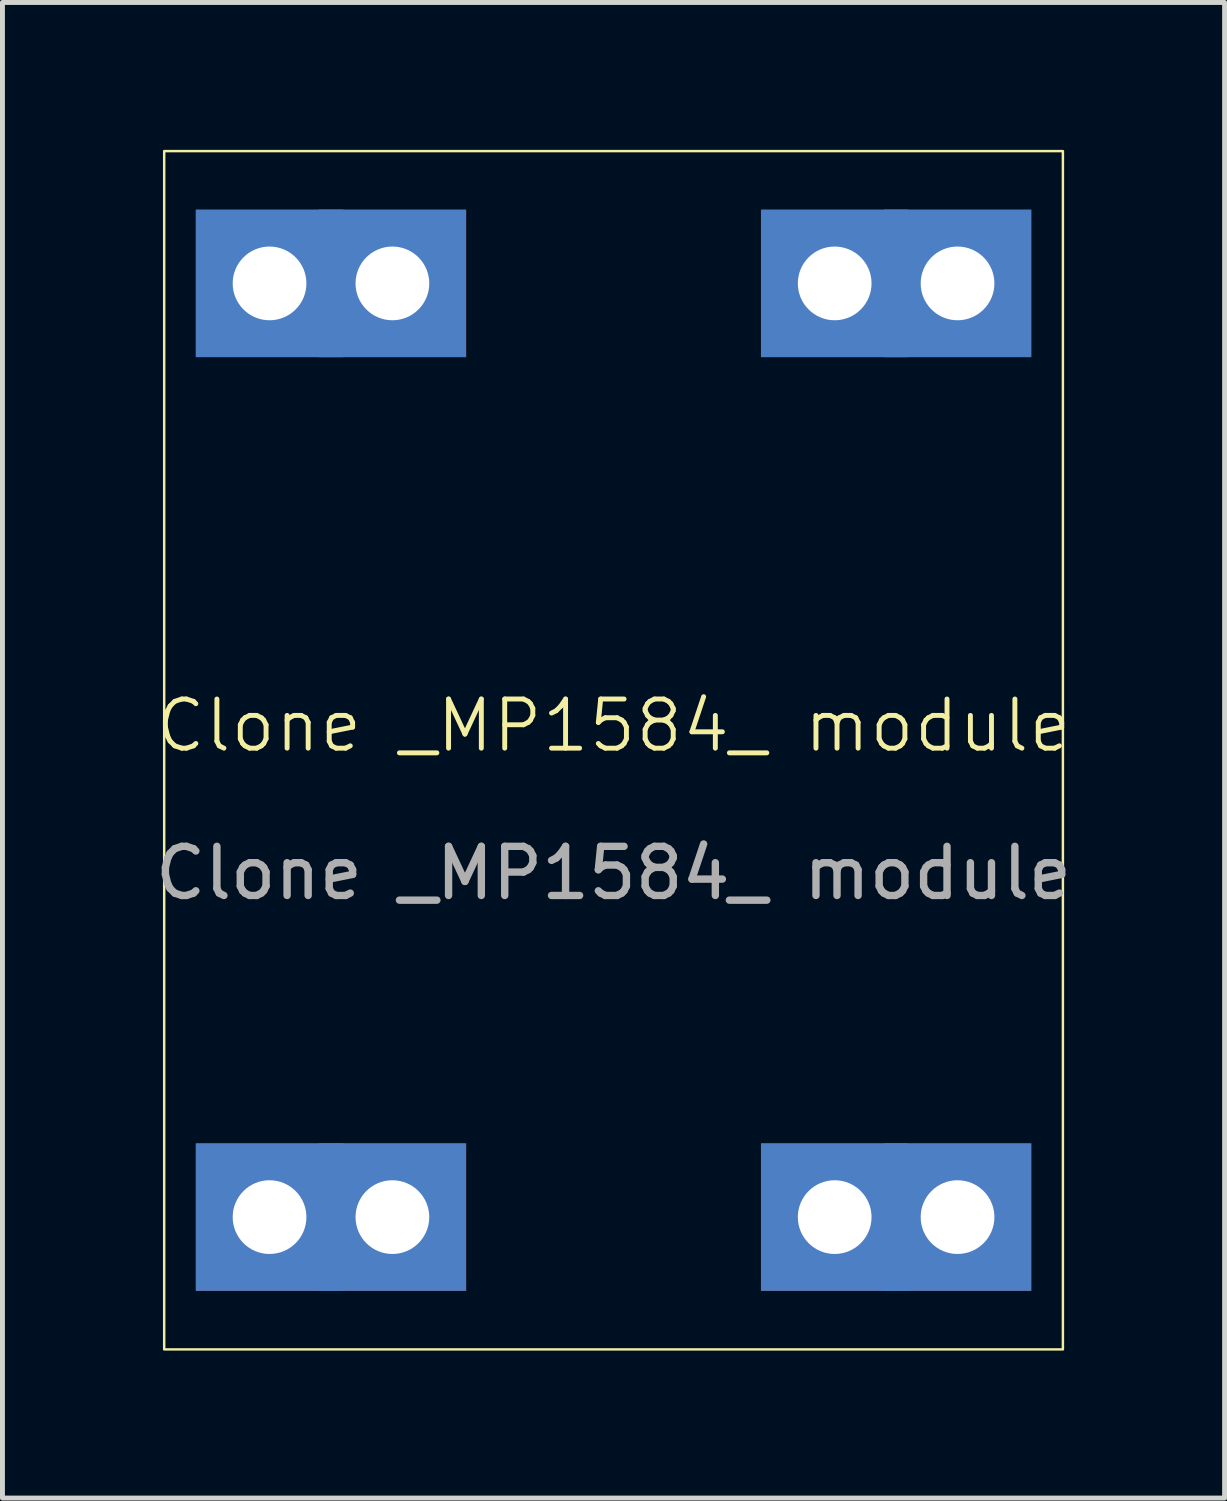
<source format=kicad_pcb>
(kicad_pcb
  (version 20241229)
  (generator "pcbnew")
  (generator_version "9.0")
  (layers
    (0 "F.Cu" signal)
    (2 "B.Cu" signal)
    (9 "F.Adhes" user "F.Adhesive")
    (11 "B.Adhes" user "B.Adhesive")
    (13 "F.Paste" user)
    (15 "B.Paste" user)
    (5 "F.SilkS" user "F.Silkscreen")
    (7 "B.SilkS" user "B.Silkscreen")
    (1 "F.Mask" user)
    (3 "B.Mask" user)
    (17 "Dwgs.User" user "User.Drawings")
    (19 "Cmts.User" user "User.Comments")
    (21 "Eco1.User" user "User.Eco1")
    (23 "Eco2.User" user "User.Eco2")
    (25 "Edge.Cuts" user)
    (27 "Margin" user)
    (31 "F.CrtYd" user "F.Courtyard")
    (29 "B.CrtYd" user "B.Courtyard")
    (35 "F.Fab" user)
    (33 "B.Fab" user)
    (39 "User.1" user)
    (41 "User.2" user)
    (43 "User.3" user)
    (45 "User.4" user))
  (footprint "Clone _MP1584_ module"
    (layer "F.Cu")
    (at 9.435 12.217)
    (property "Reference" "Clone _MP1584_ module" (at 0 -0.5 0) (unlocked yes) (layer "F.SilkS") (effects (font (size 1 1) (thickness 0.1))))
    (attr smd)
    (fp_rect (start -9.144 -12.192) (end 9.144 12.192) (stroke (width 0.05) (type solid)) (fill no) (layer "F.SilkS"))
    (fp_text user "${REFERENCE}" (at 0 2.5 0) (unlocked yes) (layer "F.Fab") (effects (font (size 1 1) (thickness 0.15))))
    (pad "1" thru_hole rect (at 4.5 -9.5) (size 3 3) (drill 1.5) (layers "*.Cu" "*.Mask"))
    (pad "1" thru_hole rect (at 4.5 9.5) (size 3 3) (drill 1.5) (layers "*.Cu" "*.Mask"))
    (pad "1" thru_hole rect (at 7 -9.5) (size 3 3) (drill 1.5) (layers "*.Cu" "*.Mask"))
    (pad "1" thru_hole rect (at 7 9.5) (size 3 3) (drill 1.5) (layers "*.Cu" "*.Mask"))
    (pad "2" thru_hole rect (at -7 -9.5) (size 3 3) (drill 1.5) (layers "*.Cu" "*.Mask"))
    (pad "2" thru_hole rect (at -4.5 -9.5) (size 3 3) (drill 1.5) (layers "*.Cu" "*.Mask"))
    (pad "3" thru_hole rect (at -7 9.5) (size 3 3) (drill 1.5) (layers "*.Cu" "*.Mask"))
    (pad "3" thru_hole rect (at -4.5 9.5) (size 3 3) (drill 1.5) (layers "*.Cu" "*.Mask")))
  (gr_rect
    (start -3 -3)
    (end 21.869 27.434)
    (stroke (width 0.1) (type default))
    (fill no)
    (layer "Edge.Cuts")))
</source>
